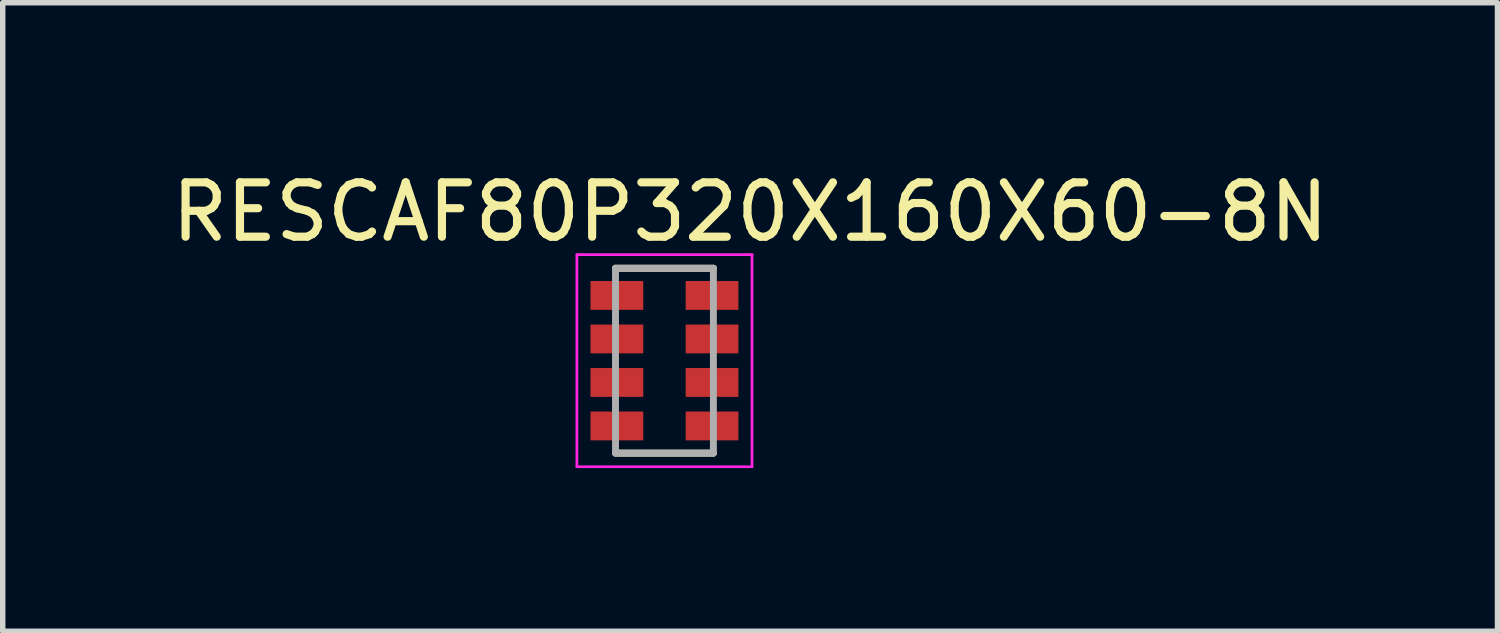
<source format=kicad_pcb>
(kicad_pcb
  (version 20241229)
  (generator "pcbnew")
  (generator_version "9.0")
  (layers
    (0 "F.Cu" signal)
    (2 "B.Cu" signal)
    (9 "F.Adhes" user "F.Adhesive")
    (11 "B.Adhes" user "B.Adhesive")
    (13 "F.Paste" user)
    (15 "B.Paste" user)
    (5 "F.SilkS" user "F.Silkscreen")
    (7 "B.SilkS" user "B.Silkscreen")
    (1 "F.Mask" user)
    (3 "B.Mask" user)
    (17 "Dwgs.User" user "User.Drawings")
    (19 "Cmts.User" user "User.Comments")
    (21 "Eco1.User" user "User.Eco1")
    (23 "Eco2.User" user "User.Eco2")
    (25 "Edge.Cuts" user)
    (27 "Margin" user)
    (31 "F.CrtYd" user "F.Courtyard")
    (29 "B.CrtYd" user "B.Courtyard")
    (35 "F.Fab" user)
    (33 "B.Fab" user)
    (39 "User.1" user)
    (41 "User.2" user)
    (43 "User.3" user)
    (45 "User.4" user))
  (footprint "RESCAF80P320X160X60-8N"
    (layer "F.Cu")
    (at 9.169 3.583)
    (property "Reference" "RESCAF80P320X160X60-8N" (at 1.575 -2.735 0) (layer "F.SilkS") (effects (font (size 1 1) (thickness 0.15))))
    (attr through_hole)
    (fp_line (start -0.9 -1.7) (end 0.9 -1.7) (stroke (width 0.127) (type solid)) (layer "F.SilkS"))
    (fp_line (start 0.9 1.7) (end -0.9 1.7) (stroke (width 0.127) (type solid)) (layer "F.SilkS"))
    (fp_line (start -1.61 -1.95) (end 1.61 -1.95) (stroke (width 0.05) (type solid)) (layer "F.CrtYd"))
    (fp_line (start -1.61 1.95) (end -1.61 -1.95) (stroke (width 0.05) (type solid)) (layer "F.CrtYd"))
    (fp_line (start 1.61 -1.95) (end 1.61 1.95) (stroke (width 0.05) (type solid)) (layer "F.CrtYd"))
    (fp_line (start 1.61 1.95) (end -1.61 1.95) (stroke (width 0.05) (type solid)) (layer "F.CrtYd"))
    (fp_line (start -0.9 -1.7) (end 0.9 -1.7) (stroke (width 0.127) (type solid)) (layer "F.Fab"))
    (fp_line (start -0.9 1.7) (end -0.9 -1.7) (stroke (width 0.127) (type solid)) (layer "F.Fab"))
    (fp_line (start 0.9 -1.7) (end 0.9 1.7) (stroke (width 0.127) (type solid)) (layer "F.Fab"))
    (fp_line (start 0.9 1.7) (end -0.9 1.7) (stroke (width 0.127) (type solid)) (layer "F.Fab"))
    (pad "1" smd rect (at -0.875 -1.2) (size 0.97 0.53) (layers "F.Cu" "F.Mask" "F.Paste"))
    (pad "2" smd rect (at -0.875 -0.4) (size 0.97 0.53) (layers "F.Cu" "F.Mask" "F.Paste"))
    (pad "3" smd rect (at -0.875 0.4) (size 0.97 0.53) (layers "F.Cu" "F.Mask" "F.Paste"))
    (pad "4" smd rect (at -0.875 1.2) (size 0.97 0.53) (layers "F.Cu" "F.Mask" "F.Paste"))
    (pad "5" smd rect (at 0.875 1.2) (size 0.97 0.53) (layers "F.Cu" "F.Mask" "F.Paste"))
    (pad "6" smd rect (at 0.875 0.4) (size 0.97 0.53) (layers "F.Cu" "F.Mask" "F.Paste"))
    (pad "7" smd rect (at 0.875 -0.4) (size 0.97 0.53) (layers "F.Cu" "F.Mask" "F.Paste"))
    (pad "8" smd rect (at 0.875 -1.2) (size 0.97 0.53) (layers "F.Cu" "F.Mask" "F.Paste")))
  (gr_rect
    (start -3 -3)
    (end 24.488 8.558)
    (stroke (width 0.1) (type default))
    (fill no)
    (layer "Edge.Cuts")))
</source>
